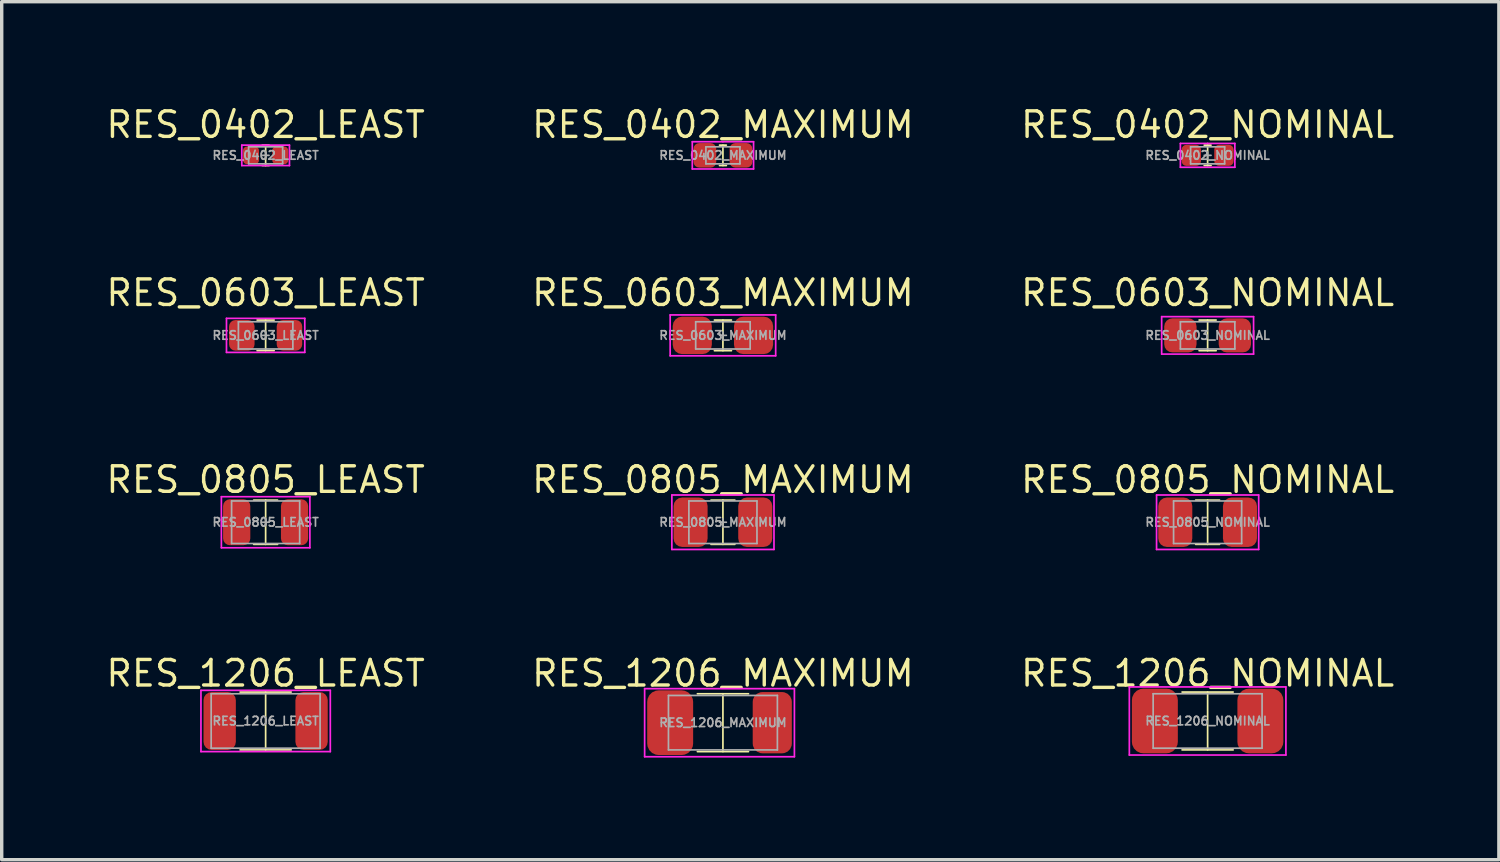
<source format=kicad_pcb>
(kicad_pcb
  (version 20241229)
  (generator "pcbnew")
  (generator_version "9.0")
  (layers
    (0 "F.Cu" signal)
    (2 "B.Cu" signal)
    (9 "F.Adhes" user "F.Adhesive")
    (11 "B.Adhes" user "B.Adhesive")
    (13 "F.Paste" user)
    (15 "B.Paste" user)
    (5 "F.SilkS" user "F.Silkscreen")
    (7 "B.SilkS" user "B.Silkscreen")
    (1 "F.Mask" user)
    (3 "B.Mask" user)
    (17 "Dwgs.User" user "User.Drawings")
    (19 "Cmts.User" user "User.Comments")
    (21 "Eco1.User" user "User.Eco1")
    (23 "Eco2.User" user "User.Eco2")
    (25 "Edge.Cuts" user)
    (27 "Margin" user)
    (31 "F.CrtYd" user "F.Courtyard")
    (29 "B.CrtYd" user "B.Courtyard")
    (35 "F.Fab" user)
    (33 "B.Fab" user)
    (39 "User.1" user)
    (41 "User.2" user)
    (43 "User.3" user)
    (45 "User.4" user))
  (footprint "RES_1206_LEAST"
    (layer "F.Cu")
    (at 4.754 18.132)
    (property "Reference" "RES_1206_LEAST" (at 0 -1.4 0) (unlocked yes) (layer "F.SilkS") (effects (font (size 0.75 0.75) (thickness 0.1))))
    (attr smd)
    (fp_line (start -0.75 -0.85) (end 0.75 -0.85) (stroke (width 0.05) (type solid)) (layer "F.SilkS"))
    (fp_line (start 0 -0.85) (end 0 0.85) (stroke (width 0.05) (type solid)) (layer "F.SilkS"))
    (fp_line (start 0.75 0.85) (end -0.75 0.85) (stroke (width 0.05) (type solid)) (layer "F.SilkS"))
    (fp_line (start -1.9 -0.9) (end -1.9 0.9) (stroke (width 0.05) (type solid)) (layer "F.CrtYd"))
    (fp_line (start -1.9 0.9) (end 1.9 0.9) (stroke (width 0.05) (type solid)) (layer "F.CrtYd"))
    (fp_line (start 1.9 -0.9) (end -1.9 -0.9) (stroke (width 0.05) (type solid)) (layer "F.CrtYd"))
    (fp_line (start 1.9 0.9) (end 1.9 -0.9) (stroke (width 0.05) (type solid)) (layer "F.CrtYd"))
    (fp_line (start -1.6 -0.8) (end -1.6 0.8) (stroke (width 0.05) (type solid)) (layer "F.Fab"))
    (fp_line (start -1.6 -0.8) (end 1.6 -0.8) (stroke (width 0.05) (type solid)) (layer "F.Fab"))
    (fp_line (start -1.6 0.8) (end 1.6 0.8) (stroke (width 0.05) (type solid)) (layer "F.Fab"))
    (fp_line (start 1.6 -0.8) (end 1.6 0.8) (stroke (width 0.05) (type solid)) (layer "F.Fab"))
    (fp_text user "${REFERENCE}" (at 0 0 0) (unlocked yes) (layer "F.Fab") (effects (font (size 0.25 0.25) (thickness 0.05))))
    (pad "1" smd roundrect (at -1.35 0) (size 0.95 1.7) (layers "F.Cu" "F.Mask" "F.Paste") (roundrect_rratio 0.25))
    (pad "2" smd roundrect (at 1.35 0) (size 0.95 1.7) (layers "F.Cu" "F.Mask" "F.Paste") (roundrect_rratio 0.25)))
  (footprint "RES_0603_MAXIMUM"
    (layer "F.Cu")
    (at 18.189 6.803)
    (property "Reference" "RES_0603_MAXIMUM" (at 0 -1.25 0) (unlocked yes) (layer "F.SilkS") (effects (font (size 0.75 0.75) (thickness 0.1))))
    (attr smd)
    (fp_line (start -0.25 -0.45) (end 0.25 -0.45) (stroke (width 0.05) (type solid)) (layer "F.SilkS"))
    (fp_line (start 0 -0.45) (end 0 0.45) (stroke (width 0.05) (type solid)) (layer "F.SilkS"))
    (fp_line (start 0.25 0.45) (end -0.25 0.45) (stroke (width 0.05) (type solid)) (layer "F.SilkS"))
    (fp_line (start -1.55 -0.6) (end -1.55 0.6) (stroke (width 0.05) (type solid)) (layer "F.CrtYd"))
    (fp_line (start -1.55 0.6) (end 1.55 0.6) (stroke (width 0.05) (type solid)) (layer "F.CrtYd"))
    (fp_line (start 1.55 -0.6) (end -1.55 -0.6) (stroke (width 0.05) (type solid)) (layer "F.CrtYd"))
    (fp_line (start 1.55 0.6) (end 1.55 -0.6) (stroke (width 0.05) (type solid)) (layer "F.CrtYd"))
    (fp_line (start -0.8 -0.4) (end -0.8 0.4) (stroke (width 0.05) (type solid)) (layer "F.Fab"))
    (fp_line (start -0.8 -0.4) (end 0.8 -0.4) (stroke (width 0.05) (type solid)) (layer "F.Fab"))
    (fp_line (start -0.8 0.4) (end 0.8 0.4) (stroke (width 0.05) (type solid)) (layer "F.Fab"))
    (fp_line (start -0.1 0) (end 0.1 0) (stroke (width 0.05) (type solid)) (layer "F.Fab"))
    (fp_line (start 0 -0.1) (end 0 0.1) (stroke (width 0.05) (type solid)) (layer "F.Fab"))
    (fp_line (start 0.8 -0.4) (end 0.8 0.4) (stroke (width 0.05) (type solid)) (layer "F.Fab"))
    (fp_text user "${REFERENCE}" (at 0 0 0) (unlocked yes) (layer "F.Fab") (effects (font (size 0.25 0.25) (thickness 0.05))))
    (pad "1" smd roundrect (at -0.9 0) (size 1.15 1.1) (layers "F.Cu" "F.Mask" "F.Paste") (roundrect_rratio 0.25))
    (pad "2" smd roundrect (at 0.9 0) (size 1.15 1.1) (layers "F.Cu" "F.Mask" "F.Paste") (roundrect_rratio 0.25)))
  (footprint "RES_1206_MAXIMUM"
    (layer "F.Cu")
    (at 18.189 18.182)
    (property "Reference" "RES_1206_MAXIMUM" (at 0 -1.45 0) (unlocked yes) (layer "F.SilkS") (effects (font (size 0.75 0.75) (thickness 0.1))))
    (attr smd)
    (fp_line (start -0.75 -0.85) (end 0.75 -0.85) (stroke (width 0.05) (type solid)) (layer "F.SilkS"))
    (fp_line (start 0 -0.85) (end 0 0.85) (stroke (width 0.05) (type solid)) (layer "F.SilkS"))
    (fp_line (start 0.75 0.85) (end -0.75 0.85) (stroke (width 0.05) (type solid)) (layer "F.SilkS"))
    (fp_line (start -2.3 -1) (end -2.3 1) (stroke (width 0.05) (type solid)) (layer "F.CrtYd"))
    (fp_line (start -2.3 1) (end 2.1 1) (stroke (width 0.05) (type solid)) (layer "F.CrtYd"))
    (fp_line (start 2.1 -1) (end -2.3 -1) (stroke (width 0.05) (type solid)) (layer "F.CrtYd"))
    (fp_line (start 2.1 1) (end 2.1 -1) (stroke (width 0.05) (type solid)) (layer "F.CrtYd"))
    (fp_line (start -1.6 -0.8) (end -1.6 0.8) (stroke (width 0.05) (type solid)) (layer "F.Fab"))
    (fp_line (start -1.6 -0.8) (end 1.6 -0.8) (stroke (width 0.05) (type solid)) (layer "F.Fab"))
    (fp_line (start -1.6 0.8) (end 1.6 0.8) (stroke (width 0.05) (type solid)) (layer "F.Fab"))
    (fp_line (start 1.6 -0.8) (end 1.6 0.8) (stroke (width 0.05) (type solid)) (layer "F.Fab"))
    (fp_text user "${REFERENCE}" (at 0 0 0) (unlocked yes) (layer "F.Fab") (effects (font (size 0.25 0.25) (thickness 0.05))))
    (pad "1" smd roundrect (at -1.55 0) (size 1.35 1.9) (layers "F.Cu" "F.Mask" "F.Paste") (roundrect_rratio 0.25))
    (pad "2" smd roundrect (at 1.45 0) (size 1.15 1.8) (layers "F.Cu" "F.Mask" "F.Paste") (roundrect_rratio 0.25)))
  (footprint "RES_0402_LEAST"
    (layer "F.Cu")
    (at 4.754 1.514)
    (property "Reference" "RES_0402_LEAST" (at 0 -0.9 0) (unlocked yes) (layer "F.SilkS") (effects (font (size 0.75 0.75) (thickness 0.1))))
    (attr smd)
    (fp_line (start -0.1 -0.3) (end 0.1 -0.3) (stroke (width 0.05) (type solid)) (layer "F.SilkS"))
    (fp_line (start 0 -0.3) (end 0 0.3) (stroke (width 0.05) (type solid)) (layer "F.SilkS"))
    (fp_line (start 0.1 0.3) (end -0.1 0.3) (stroke (width 0.05) (type solid)) (layer "F.SilkS"))
    (fp_line (start -0.7 -0.3) (end -0.7 0.3) (stroke (width 0.05) (type solid)) (layer "F.CrtYd"))
    (fp_line (start -0.7 0.3) (end 0.7 0.3) (stroke (width 0.05) (type solid)) (layer "F.CrtYd"))
    (fp_line (start 0 -0.3) (end -0.7 -0.3) (stroke (width 0.05) (type solid)) (layer "F.CrtYd"))
    (fp_line (start 0.7 -0.3) (end 0 -0.3) (stroke (width 0.05) (type solid)) (layer "F.CrtYd"))
    (fp_line (start 0.7 0.3) (end 0.7 -0.3) (stroke (width 0.05) (type solid)) (layer "F.CrtYd"))
    (fp_line (start -0.5 -0.25) (end -0.5 0.25) (stroke (width 0.05) (type solid)) (layer "F.Fab"))
    (fp_line (start -0.5 -0.25) (end 0.5 -0.25) (stroke (width 0.05) (type solid)) (layer "F.Fab"))
    (fp_line (start -0.5 0.25) (end 0.5 0.25) (stroke (width 0.05) (type solid)) (layer "F.Fab"))
    (fp_line (start -0.1 0) (end 0.1 0) (stroke (width 0.05) (type solid)) (layer "F.Fab"))
    (fp_line (start 0 -0.1) (end 0 0.1) (stroke (width 0.05) (type solid)) (layer "F.Fab"))
    (fp_line (start 0.5 -0.25) (end 0.5 0.25) (stroke (width 0.05) (type solid)) (layer "F.Fab"))
    (fp_text user "${REFERENCE}" (at 0 0 0) (unlocked yes) (layer "F.Fab") (effects (font (size 0.25 0.25) (thickness 0.05))))
    (pad "1" smd roundrect (at -0.43 0) (size 0.47 0.52) (layers "F.Cu" "F.Mask" "F.Paste") (roundrect_rratio 0.25))
    (pad "2" smd roundrect (at 0.43 0) (size 0.47 0.52) (layers "F.Cu" "F.Mask" "F.Paste") (roundrect_rratio 0.25)))
  (footprint "RES_0603_NOMINAL"
    (layer "F.Cu")
    (at 32.429 6.803)
    (property "Reference" "RES_0603_NOMINAL" (at 0 -1.25 0) (unlocked yes) (layer "F.SilkS") (effects (font (size 0.75 0.75) (thickness 0.1))))
    (attr smd)
    (fp_line (start -0.25 -0.45) (end 0.25 -0.45) (stroke (width 0.05) (type solid)) (layer "F.SilkS"))
    (fp_line (start 0 -0.45) (end 0 0.45) (stroke (width 0.05) (type solid)) (layer "F.SilkS"))
    (fp_line (start 0.25 0.45) (end -0.25 0.45) (stroke (width 0.05) (type solid)) (layer "F.SilkS"))
    (fp_line (start -1.35 -0.55) (end -1.35 0.55) (stroke (width 0.05) (type solid)) (layer "F.CrtYd"))
    (fp_line (start -1.35 0.55) (end 1.35 0.55) (stroke (width 0.05) (type solid)) (layer "F.CrtYd"))
    (fp_line (start 1.35 -0.55) (end -1.35 -0.55) (stroke (width 0.05) (type solid)) (layer "F.CrtYd"))
    (fp_line (start 1.35 0.55) (end 1.35 -0.55) (stroke (width 0.05) (type solid)) (layer "F.CrtYd"))
    (fp_line (start -0.8 -0.4) (end -0.8 0.4) (stroke (width 0.05) (type solid)) (layer "F.Fab"))
    (fp_line (start -0.8 -0.4) (end 0.8 -0.4) (stroke (width 0.05) (type solid)) (layer "F.Fab"))
    (fp_line (start -0.8 0.4) (end 0.8 0.4) (stroke (width 0.05) (type solid)) (layer "F.Fab"))
    (fp_line (start 0.8 -0.4) (end 0.8 0.4) (stroke (width 0.05) (type solid)) (layer "F.Fab"))
    (fp_text user "${REFERENCE}" (at 0 0 0) (unlocked yes) (layer "F.Fab") (effects (font (size 0.25 0.25) (thickness 0.05))))
    (pad "1" smd roundrect (at -0.8 0) (size 0.95 1) (layers "F.Cu" "F.Mask" "F.Paste") (roundrect_rratio 0.25))
    (pad "2" smd roundrect (at 0.8 0) (size 0.95 1) (layers "F.Cu" "F.Mask" "F.Paste") (roundrect_rratio 0.25)))
  (footprint "RES_0402_MAXIMUM"
    (layer "F.Cu")
    (at 18.189 1.514)
    (property "Reference" "RES_0402_MAXIMUM" (at 0 -0.9 0) (unlocked yes) (layer "F.SilkS") (effects (font (size 0.75 0.75) (thickness 0.1))))
    (attr smd)
    (fp_line (start -0.1 -0.3) (end 0.1 -0.3) (stroke (width 0.05) (type solid)) (layer "F.SilkS"))
    (fp_line (start 0 -0.3) (end 0 0.3) (stroke (width 0.05) (type solid)) (layer "F.SilkS"))
    (fp_line (start 0.1 0.3) (end -0.1 0.3) (stroke (width 0.05) (type solid)) (layer "F.SilkS"))
    (fp_line (start -0.9 -0.4) (end -0.9 0.4) (stroke (width 0.05) (type solid)) (layer "F.CrtYd"))
    (fp_line (start -0.9 0.4) (end 0.9 0.4) (stroke (width 0.05) (type solid)) (layer "F.CrtYd"))
    (fp_line (start 0 -0.4) (end -0.9 -0.4) (stroke (width 0.05) (type solid)) (layer "F.CrtYd"))
    (fp_line (start 0.9 -0.4) (end 0 -0.4) (stroke (width 0.05) (type solid)) (layer "F.CrtYd"))
    (fp_line (start 0.9 0.4) (end 0.9 -0.4) (stroke (width 0.05) (type solid)) (layer "F.CrtYd"))
    (fp_line (start -0.5 -0.25) (end -0.5 0.25) (stroke (width 0.05) (type solid)) (layer "F.Fab"))
    (fp_line (start -0.5 -0.25) (end 0.5 -0.25) (stroke (width 0.05) (type solid)) (layer "F.Fab"))
    (fp_line (start -0.5 0.25) (end 0.5 0.25) (stroke (width 0.05) (type solid)) (layer "F.Fab"))
    (fp_line (start 0.5 -0.25) (end 0.5 0.25) (stroke (width 0.05) (type solid)) (layer "F.Fab"))
    (fp_text user "${REFERENCE}" (at 0 0 0) (unlocked yes) (layer "F.Fab") (effects (font (size 0.25 0.25) (thickness 0.05))))
    (pad "1" smd roundrect (at -0.53 0) (size 0.67 0.72) (layers "F.Cu" "F.Mask" "F.Paste") (roundrect_rratio 0.25))
    (pad "2" smd roundrect (at 0.53 0) (size 0.67 0.72) (layers "F.Cu" "F.Mask" "F.Paste") (roundrect_rratio 0.25)))
  (footprint "RES_0402_NOMINAL"
    (layer "F.Cu")
    (at 32.429 1.514)
    (property "Reference" "RES_0402_NOMINAL" (at 0 -0.9 0) (unlocked yes) (layer "F.SilkS") (effects (font (size 0.75 0.75) (thickness 0.1))))
    (attr smd)
    (fp_line (start -0.1 -0.3) (end 0.1 -0.3) (stroke (width 0.05) (type solid)) (layer "F.SilkS"))
    (fp_line (start 0 -0.3) (end 0 0.3) (stroke (width 0.05) (type solid)) (layer "F.SilkS"))
    (fp_line (start 0.1 0.3) (end -0.1 0.3) (stroke (width 0.05) (type solid)) (layer "F.SilkS"))
    (fp_line (start -0.8 -0.35) (end -0.8 0.35) (stroke (width 0.05) (type solid)) (layer "F.CrtYd"))
    (fp_line (start -0.8 0.35) (end 0.8 0.35) (stroke (width 0.05) (type solid)) (layer "F.CrtYd"))
    (fp_line (start 0 -0.35) (end -0.8 -0.35) (stroke (width 0.05) (type solid)) (layer "F.CrtYd"))
    (fp_line (start 0.8 -0.35) (end 0 -0.35) (stroke (width 0.05) (type solid)) (layer "F.CrtYd"))
    (fp_line (start 0.8 0.35) (end 0.8 -0.35) (stroke (width 0.05) (type solid)) (layer "F.CrtYd"))
    (fp_line (start -0.5 -0.25) (end -0.5 0.25) (stroke (width 0.05) (type solid)) (layer "F.Fab"))
    (fp_line (start -0.5 -0.25) (end 0.5 -0.25) (stroke (width 0.05) (type solid)) (layer "F.Fab"))
    (fp_line (start -0.5 0.25) (end 0.5 0.25) (stroke (width 0.05) (type solid)) (layer "F.Fab"))
    (fp_line (start -0.1 0) (end 0.1 0) (stroke (width 0.05) (type solid)) (layer "F.Fab"))
    (fp_line (start 0 -0.1) (end 0 0.1) (stroke (width 0.05) (type solid)) (layer "F.Fab"))
    (fp_line (start 0.5 -0.25) (end 0.5 0.25) (stroke (width 0.05) (type solid)) (layer "F.Fab"))
    (fp_text user "${REFERENCE}" (at 0 0 0) (unlocked yes) (layer "F.Fab") (effects (font (size 0.25 0.25) (thickness 0.05))))
    (pad "1" smd roundrect (at -0.48 0) (size 0.57 0.62) (layers "F.Cu" "F.Mask" "F.Paste") (roundrect_rratio 0.25))
    (pad "2" smd roundrect (at 0.48 0) (size 0.57 0.62) (layers "F.Cu" "F.Mask" "F.Paste") (roundrect_rratio 0.25)))
  (footprint "RES_0603_LEAST"
    (layer "F.Cu")
    (at 4.754 6.803)
    (property "Reference" "RES_0603_LEAST" (at 0 -1.25 0) (unlocked yes) (layer "F.SilkS") (effects (font (size 0.75 0.75) (thickness 0.1))))
    (attr smd)
    (fp_line (start -0.25 -0.45) (end 0.25 -0.45) (stroke (width 0.05) (type solid)) (layer "F.SilkS"))
    (fp_line (start 0 -0.45) (end 0 0.45) (stroke (width 0.05) (type solid)) (layer "F.SilkS"))
    (fp_line (start 0.25 0.45) (end -0.25 0.45) (stroke (width 0.05) (type solid)) (layer "F.SilkS"))
    (fp_line (start -1.15 -0.5) (end -1.15 0.5) (stroke (width 0.05) (type solid)) (layer "F.CrtYd"))
    (fp_line (start -1.15 0.5) (end 1.15 0.5) (stroke (width 0.05) (type solid)) (layer "F.CrtYd"))
    (fp_line (start 1.15 -0.5) (end -1.15 -0.5) (stroke (width 0.05) (type solid)) (layer "F.CrtYd"))
    (fp_line (start 1.15 0.5) (end 1.15 -0.5) (stroke (width 0.05) (type solid)) (layer "F.CrtYd"))
    (fp_line (start -0.8 -0.4) (end -0.8 0.4) (stroke (width 0.05) (type solid)) (layer "F.Fab"))
    (fp_line (start -0.8 -0.4) (end 0.8 -0.4) (stroke (width 0.05) (type solid)) (layer "F.Fab"))
    (fp_line (start -0.8 0.4) (end 0.8 0.4) (stroke (width 0.05) (type solid)) (layer "F.Fab"))
    (fp_line (start -0.1 0) (end 0.1 0) (stroke (width 0.05) (type solid)) (layer "F.Fab"))
    (fp_line (start 0 -0.1) (end 0 0.1) (stroke (width 0.05) (type solid)) (layer "F.Fab"))
    (fp_line (start 0.8 -0.4) (end 0.8 0.4) (stroke (width 0.05) (type solid)) (layer "F.Fab"))
    (fp_text user "${REFERENCE}" (at 0 0 0) (unlocked yes) (layer "F.Fab") (effects (font (size 0.25 0.25) (thickness 0.05))))
    (pad "1" smd roundrect (at -0.7 0) (size 0.75 0.9) (layers "F.Cu" "F.Mask" "F.Paste") (roundrect_rratio 0.25))
    (pad "2" smd roundrect (at 0.7 0) (size 0.75 0.9) (layers "F.Cu" "F.Mask" "F.Paste") (roundrect_rratio 0.25)))
  (footprint "RES_0805_NOMINAL"
    (layer "F.Cu")
    (at 32.429 12.293)
    (property "Reference" "RES_0805_NOMINAL" (at 0 -1.25 0) (unlocked yes) (layer "F.SilkS") (effects (font (size 0.75 0.75) (thickness 0.1))))
    (attr smd)
    (fp_line (start -0.35 -0.65) (end 0.35 -0.65) (stroke (width 0.05) (type solid)) (layer "F.SilkS"))
    (fp_line (start 0 -0.65) (end 0 0.65) (stroke (width 0.05) (type solid)) (layer "F.SilkS"))
    (fp_line (start 0.35 0.65) (end -0.35 0.65) (stroke (width 0.05) (type solid)) (layer "F.SilkS"))
    (fp_line (start -1.5 -0.8) (end -1.5 0.8) (stroke (width 0.05) (type solid)) (layer "F.CrtYd"))
    (fp_line (start -1.5 0.8) (end 1.5 0.8) (stroke (width 0.05) (type solid)) (layer "F.CrtYd"))
    (fp_line (start 1.5 -0.8) (end -1.5 -0.8) (stroke (width 0.05) (type solid)) (layer "F.CrtYd"))
    (fp_line (start 1.5 0.8) (end 1.5 -0.8) (stroke (width 0.05) (type solid)) (layer "F.CrtYd"))
    (fp_line (start -1 -0.625) (end -1 0.625) (stroke (width 0.05) (type solid)) (layer "F.Fab"))
    (fp_line (start -1 -0.625) (end 1 -0.625) (stroke (width 0.05) (type solid)) (layer "F.Fab"))
    (fp_line (start -1 0.625) (end 1 0.625) (stroke (width 0.05) (type solid)) (layer "F.Fab"))
    (fp_line (start 1 -0.625) (end 1 0.625) (stroke (width 0.05) (type solid)) (layer "F.Fab"))
    (fp_text user "${REFERENCE}" (at 0 0 0) (unlocked yes) (layer "F.Fab") (effects (font (size 0.25 0.25) (thickness 0.05))))
    (pad "1" smd roundrect (at -0.95 0) (size 1 1.45) (layers "F.Cu" "F.Mask" "F.Paste") (roundrect_rratio 0.25))
    (pad "2" smd roundrect (at 0.95 0) (size 1 1.45) (layers "F.Cu" "F.Mask" "F.Paste") (roundrect_rratio 0.25)))
  (footprint "RES_0805_MAXIMUM"
    (layer "F.Cu")
    (at 18.189 12.293)
    (property "Reference" "RES_0805_MAXIMUM" (at 0 -1.25 0) (unlocked yes) (layer "F.SilkS") (effects (font (size 0.75 0.75) (thickness 0.1))))
    (attr smd)
    (fp_line (start -0.35 -0.65) (end 0.35 -0.65) (stroke (width 0.05) (type solid)) (layer "F.SilkS"))
    (fp_line (start 0 -0.65) (end 0 0.65) (stroke (width 0.05) (type solid)) (layer "F.SilkS"))
    (fp_line (start 0.35 0.65) (end -0.35 0.65) (stroke (width 0.05) (type solid)) (layer "F.SilkS"))
    (fp_line (start -1.5 -0.8) (end -1.5 0.8) (stroke (width 0.05) (type solid)) (layer "F.CrtYd"))
    (fp_line (start -1.5 0.8) (end 1.5 0.8) (stroke (width 0.05) (type solid)) (layer "F.CrtYd"))
    (fp_line (start 1.5 -0.8) (end -1.5 -0.8) (stroke (width 0.05) (type solid)) (layer "F.CrtYd"))
    (fp_line (start 1.5 0.8) (end 1.5 -0.8) (stroke (width 0.05) (type solid)) (layer "F.CrtYd"))
    (fp_line (start -1 -0.625) (end -1 0.625) (stroke (width 0.05) (type solid)) (layer "F.Fab"))
    (fp_line (start -1 -0.625) (end 1 -0.625) (stroke (width 0.05) (type solid)) (layer "F.Fab"))
    (fp_line (start -1 0.625) (end 1 0.625) (stroke (width 0.05) (type solid)) (layer "F.Fab"))
    (fp_line (start -0.1 0) (end 0.1 0) (stroke (width 0.05) (type solid)) (layer "F.Fab"))
    (fp_line (start 0 -0.1) (end 0 0.1) (stroke (width 0.05) (type solid)) (layer "F.Fab"))
    (fp_line (start 1 -0.625) (end 1 0.625) (stroke (width 0.05) (type solid)) (layer "F.Fab"))
    (fp_text user "${REFERENCE}" (at 0 0 0) (unlocked yes) (layer "F.Fab") (effects (font (size 0.25 0.25) (thickness 0.05))))
    (pad "1" smd roundrect (at -0.95 0) (size 1 1.45) (layers "F.Cu" "F.Mask" "F.Paste") (roundrect_rratio 0.25))
    (pad "2" smd roundrect (at 0.95 0) (size 1 1.45) (layers "F.Cu" "F.Mask" "F.Paste") (roundrect_rratio 0.25)))
  (footprint "RES_1206_NOMINAL"
    (layer "F.Cu")
    (at 32.429 18.132)
    (property "Reference" "RES_1206_NOMINAL" (at 0 -1.4 0) (unlocked yes) (layer "F.SilkS") (effects (font (size 0.75 0.75) (thickness 0.1))))
    (attr smd)
    (fp_line (start -0.75 -0.85) (end 0.75 -0.85) (stroke (width 0.05) (type solid)) (layer "F.SilkS"))
    (fp_line (start 0 -0.85) (end 0 0.85) (stroke (width 0.05) (type solid)) (layer "F.SilkS"))
    (fp_line (start 0.75 0.85) (end -0.75 0.85) (stroke (width 0.05) (type solid)) (layer "F.SilkS"))
    (fp_line (start -2.3 -1) (end -2.3 1) (stroke (width 0.05) (type solid)) (layer "F.CrtYd"))
    (fp_line (start -2.3 1) (end 2.3 1) (stroke (width 0.05) (type solid)) (layer "F.CrtYd"))
    (fp_line (start 2.3 -1) (end -2.3 -1) (stroke (width 0.05) (type solid)) (layer "F.CrtYd"))
    (fp_line (start 2.3 1) (end 2.3 -1) (stroke (width 0.05) (type solid)) (layer "F.CrtYd"))
    (fp_line (start -1.6 -0.8) (end -1.6 0.8) (stroke (width 0.05) (type solid)) (layer "F.Fab"))
    (fp_line (start -1.6 -0.8) (end 1.6 -0.8) (stroke (width 0.05) (type solid)) (layer "F.Fab"))
    (fp_line (start -1.6 0.8) (end 1.6 0.8) (stroke (width 0.05) (type solid)) (layer "F.Fab"))
    (fp_line (start 1.6 -0.8) (end 1.6 0.8) (stroke (width 0.05) (type solid)) (layer "F.Fab"))
    (fp_text user "${REFERENCE}" (at 0 0 0) (unlocked yes) (layer "F.Fab") (effects (font (size 0.25 0.25) (thickness 0.05))))
    (pad "1" smd roundrect (at -1.55 0) (size 1.35 1.9) (layers "F.Cu" "F.Mask" "F.Paste") (roundrect_rratio 0.25))
    (pad "2" smd roundrect (at 1.55 0) (size 1.35 1.9) (layers "F.Cu" "F.Mask" "F.Paste") (roundrect_rratio 0.25)))
  (footprint "RES_0805_LEAST"
    (layer "F.Cu")
    (at 4.754 12.293)
    (property "Reference" "RES_0805_LEAST" (at 0 -1.25 0) (unlocked yes) (layer "F.SilkS") (effects (font (size 0.75 0.75) (thickness 0.1))))
    (attr smd)
    (fp_line (start -0.35 -0.65) (end 0.35 -0.65) (stroke (width 0.05) (type solid)) (layer "F.SilkS"))
    (fp_line (start 0 -0.65) (end 0 0.65) (stroke (width 0.05) (type solid)) (layer "F.SilkS"))
    (fp_line (start 0.35 0.65) (end -0.35 0.65) (stroke (width 0.05) (type solid)) (layer "F.SilkS"))
    (fp_line (start -1.3 -0.75) (end -1.3 0.75) (stroke (width 0.05) (type solid)) (layer "F.CrtYd"))
    (fp_line (start -1.3 0.75) (end 1.3 0.75) (stroke (width 0.05) (type solid)) (layer "F.CrtYd"))
    (fp_line (start 1.3 -0.75) (end -1.3 -0.75) (stroke (width 0.05) (type solid)) (layer "F.CrtYd"))
    (fp_line (start 1.3 0.75) (end 1.3 -0.75) (stroke (width 0.05) (type solid)) (layer "F.CrtYd"))
    (fp_line (start -1 -0.625) (end -1 0.625) (stroke (width 0.05) (type solid)) (layer "F.Fab"))
    (fp_line (start -1 -0.625) (end 1 -0.625) (stroke (width 0.05) (type solid)) (layer "F.Fab"))
    (fp_line (start -1 0.625) (end 1 0.625) (stroke (width 0.05) (type solid)) (layer "F.Fab"))
    (fp_line (start -0.1 0) (end 0.1 0) (stroke (width 0.05) (type solid)) (layer "F.Fab"))
    (fp_line (start 0 -0.1) (end 0 0.1) (stroke (width 0.05) (type solid)) (layer "F.Fab"))
    (fp_line (start 1 -0.625) (end 1 0.625) (stroke (width 0.05) (type solid)) (layer "F.Fab"))
    (fp_text user "${REFERENCE}" (at 0 0 0) (unlocked yes) (layer "F.Fab") (effects (font (size 0.25 0.25) (thickness 0.05))))
    (pad "1" smd roundrect (at -0.85 0) (size 0.8 1.35) (layers "F.Cu" "F.Mask" "F.Paste") (roundrect_rratio 0.25))
    (pad "2" smd roundrect (at 0.85 0) (size 0.8 1.35) (layers "F.Cu" "F.Mask" "F.Paste") (roundrect_rratio 0.25)))
  (gr_rect
    (start -3 -3)
    (end 40.986 22.207)
    (stroke (width 0.1) (type default))
    (fill no)
    (layer "Edge.Cuts")))
</source>
